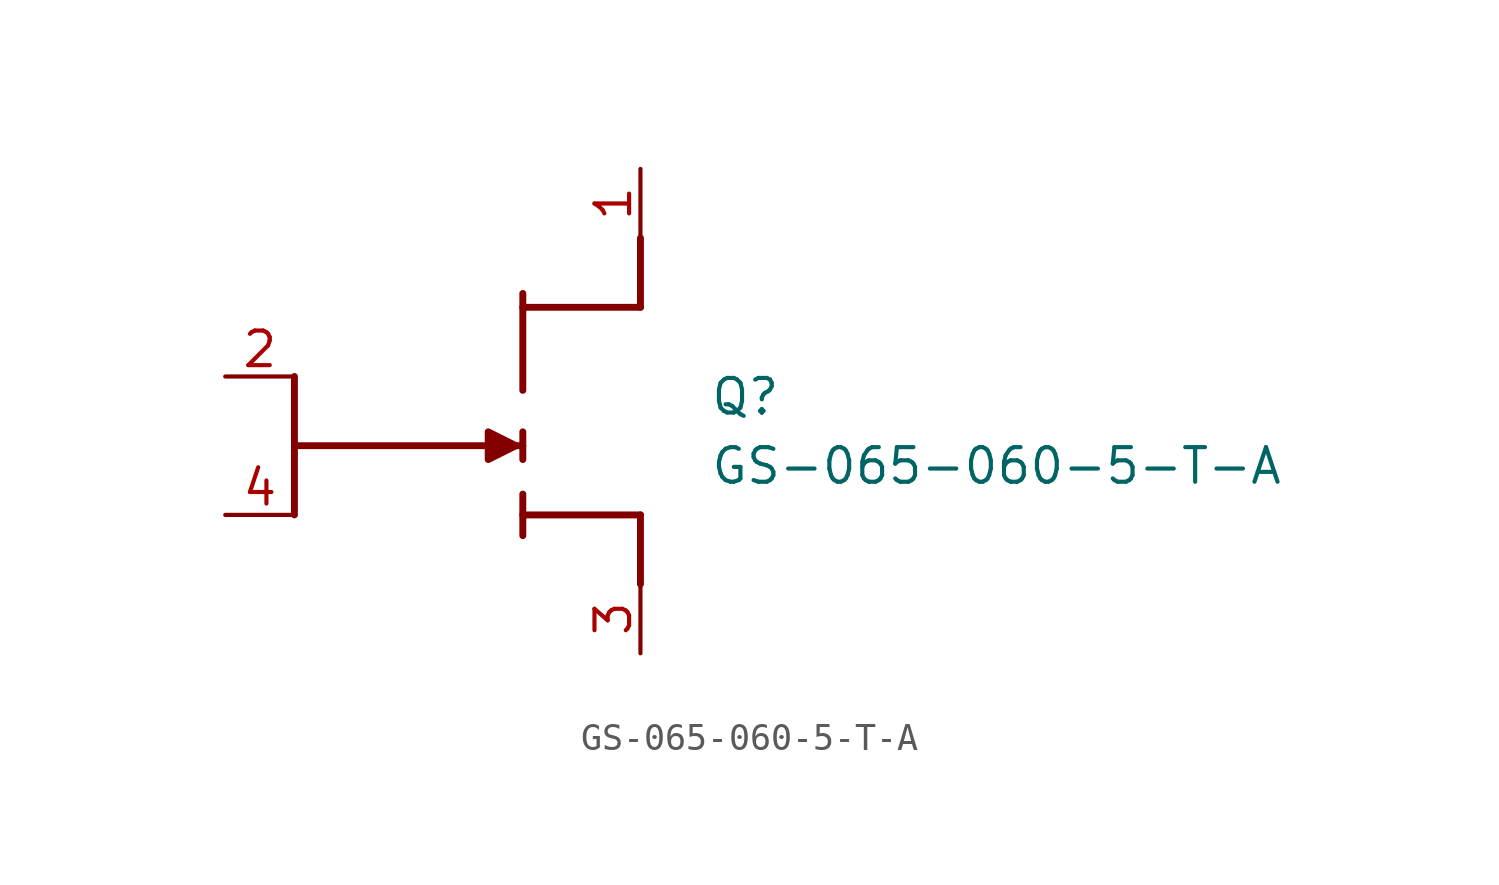
<source format=kicad_sym>
(kicad_symbol_lib
  (version 20211014)
  (generator SamacSys_ECAD_Model)
  (symbol "GS-065-060-5-T-A"
    (pin_names hide)
    (property "Reference" "Q"
      (at 10.16 2.54 0)
      (effects (font (size 1.27 1.27)) (justify left top)))
    (property "Value" "GS-065-060-5-T-A"
      (at 10.16 0 0)
      (effects (font (size 1.27 1.27)) (justify left top)))
    (polyline
      (pts (xy 7.62 -2.54) (xy 7.62 -5.08))
      (stroke (width 0.254) (type default))
      (fill (type none)))
    (polyline
      (pts (xy 7.62 5.08) (xy 7.62 7.62))
      (stroke (width 0.254) (type default))
      (fill (type none)))
    (polyline
      (pts (xy -5.08 0) (xy 3.302 0))
      (stroke (width 0.254) (type default))
      (fill (type none)))
    (polyline
      (pts (xy 7.62 5.08) (xy 3.302 5.08))
      (stroke (width 0.254) (type default))
      (fill (type none)))
    (polyline
      (pts (xy 3.302 -2.54) (xy 7.62 -2.54))
      (stroke (width 0.254) (type default))
      (fill (type none)))
    (polyline
      (pts (xy 3.302 5.588) (xy 3.302 2.032))
      (stroke (width 0.254) (type default))
      (fill (type none)))
    (polyline
      (pts (xy 3.302 -3.302) (xy 3.302 -1.778))
      (stroke (width 0.254) (type default))
      (fill (type none)))
    (polyline
      (pts (xy 3.302 -0.508) (xy 3.302 0.508))
      (stroke (width 0.254) (type default))
      (fill (type none)))
    (polyline
      (pts (xy -5.08 0) (xy -5.08 2.54))
      (stroke (width 0.254) (type default))
      (fill (type none)))
    (polyline
      (pts (xy -5.08 0) (xy -5.08 -2.54))
      (stroke (width 0.254) (type default))
      (fill (type none)))
    (polyline
      (pts (xy 3.048 0) (xy 2.032 -0.508) (xy 2.032 0.508) (xy 3.048 0))
      (stroke (width 0.254) (type default))
      (fill (type outline)))
    (pin passive line
      (at 7.62 10.16 270)
      (length 2.54)
      (name "D" (effects (font (size 1.27 1.27))))
      (number "1" (effects (font (size 1.27 1.27)))))
    (pin passive line
      (at -7.62 2.54 0)
      (length 2.54)
      (name "G1" (effects (font (size 1.27 1.27))))
      (number "2" (effects (font (size 1.27 1.27)))))
    (pin passive line
      (at 7.62 -7.62 90)
      (length 2.54)
      (name "S" (effects (font (size 1.27 1.27))))
      (number "3" (effects (font (size 1.27 1.27)))))
    (pin passive line
      (at -7.62 -2.54 0)
      (length 2.54)
      (name "G2" (effects (font (size 1.27 1.27))))
      (number "4" (effects (font (size 1.27 1.27)))))))
</source>
